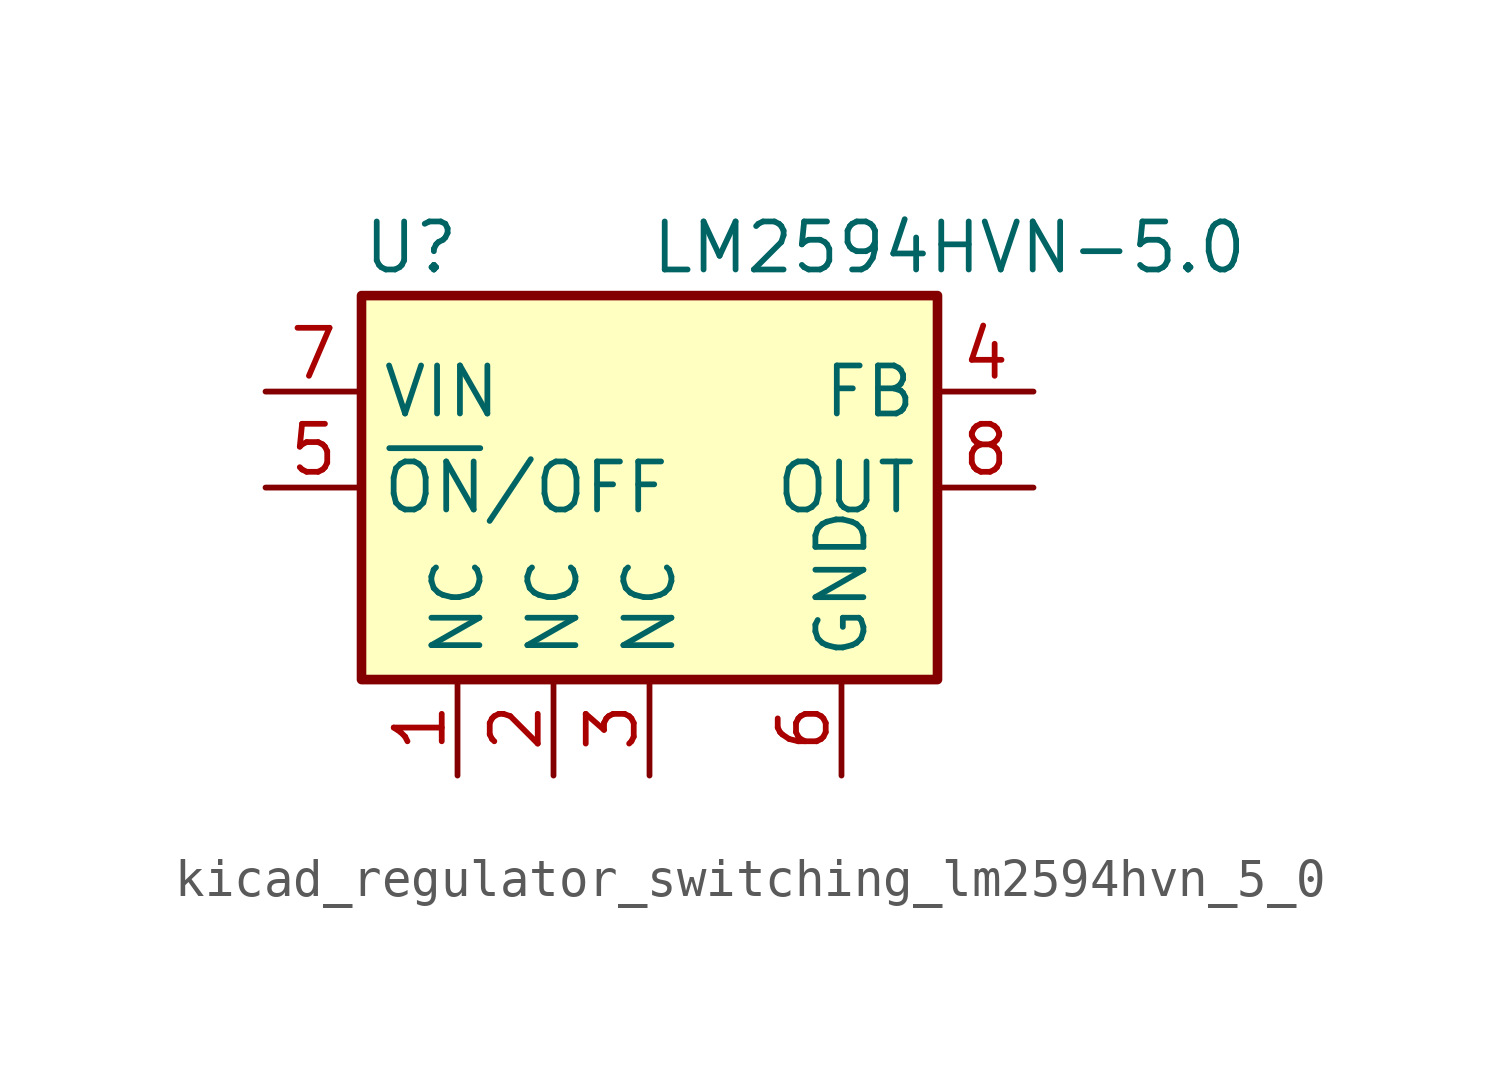
<source format=kicad_sym>
(kicad_symbol_lib
  (version 20220914)
  (generator kicad_symbol_editor)
  (symbol "kicad_regulator_switching_lm2594hvn_5_0"
    (property "Reference" "U"
      (at -7.62 6.35 0)
      (effects (font (size 1.27 1.27)) (justify left)))
    (property "Value" "LM2594HVN-5.0"
      (at 0 6.35 0)
      (effects (font (size 1.27 1.27)) (justify left)))
    (symbol "kicad_regulator_switching_lm2594hvn_5_0_0_1"
      (rectangle (start -7.62 5.08) (end 7.62 -5.08) (stroke (width 0.254) (type default)) (fill (type background))))
    (symbol "kicad_regulator_switching_lm2594hvn_5_0_1_1"
      (pin passive line (at -5.08 -7.62 90) (length 2.54) (name "NC" (effects (font (size 1.27 1.27)))) (number "1" (effects (font (size 1.27 1.27)))))
      (pin passive line (at -2.54 -7.62 90) (length 2.54) (name "NC" (effects (font (size 1.27 1.27)))) (number "2" (effects (font (size 1.27 1.27)))))
      (pin passive line (at 0 -7.62 90) (length 2.54) (name "NC" (effects (font (size 1.27 1.27)))) (number "3" (effects (font (size 1.27 1.27)))))
      (pin input line (at 10.16 2.54 180) (length 2.54) (name "FB" (effects (font (size 1.27 1.27)))) (number "4" (effects (font (size 1.27 1.27)))))
      (pin input line (at -10.16 0 0) (length 2.54) (name "~{ON}/OFF" (effects (font (size 1.27 1.27)))) (number "5" (effects (font (size 1.27 1.27)))))
      (pin power_in line (at 5.08 -7.62 90) (length 2.54) (name "GND" (effects (font (size 1.27 1.27)))) (number "6" (effects (font (size 1.27 1.27)))))
      (pin power_in line (at -10.16 2.54 0) (length 2.54) (name "VIN" (effects (font (size 1.27 1.27)))) (number "7" (effects (font (size 1.27 1.27)))))
      (pin output line (at 10.16 0 180) (length 2.54) (name "OUT" (effects (font (size 1.27 1.27)))) (number "8" (effects (font (size 1.27 1.27))))))))
</source>
